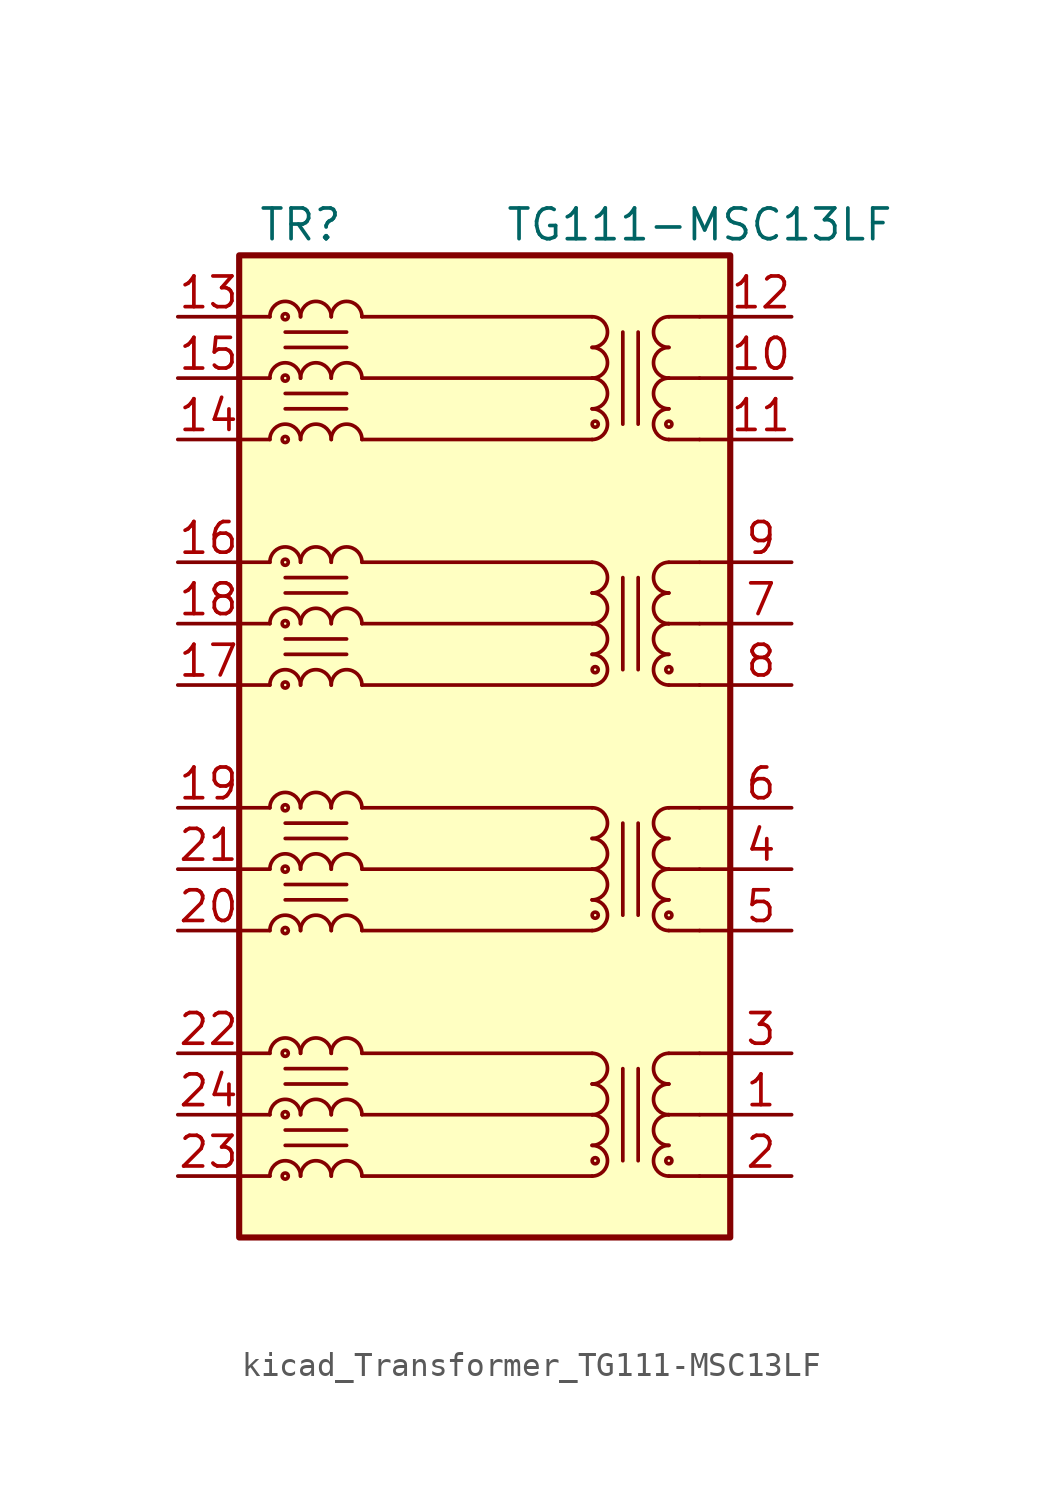
<source format=kicad_sym>
(kicad_symbol_lib
  (version 20220914)
  (generator kicad_symbol_editor)
  (symbol "kicad_Transformer_TG111-MSC13LF"
    (pin_names hide)
    (property "Reference" "TR"
      (at -7.62 21.59 0)
      (effects (font (size 1.27 1.27))))
    (property "Value" "TG111-MSC13LF"
      (at 8.89 21.59 0)
      (effects (font (size 1.27 1.27))))
    (symbol "kicad_Transformer_TG111-MSC13LF_0_1"
      (polyline (pts (xy 10.16 -17.78) (xy 8.89 -17.78)) (stroke (width 0) (type default)) (fill (type none)))
      (polyline (pts (xy 10.16 -15.24) (xy 8.89 -15.24)) (stroke (width 0) (type default)) (fill (type none)))
      (polyline (pts (xy 10.16 -12.7) (xy 8.89 -12.7)) (stroke (width 0) (type default)) (fill (type none)))
      (rectangle (start 10.16 20.32) (end -10.16 -20.32) (stroke (width 0.254) (type default)) (fill (type background)))
      (pin passive line (at 12.7 -15.24 180) (length 2.54) (name "TCT1" (effects (font (size 1.27 1.27)))) (number "1" (effects (font (size 1.27 1.27)))))
      (pin passive line (at 12.7 15.24 180) (length 2.54) (name "TCT4" (effects (font (size 1.27 1.27)))) (number "10" (effects (font (size 1.27 1.27)))))
      (pin passive line (at 12.7 12.7 180) (length 2.54) (name "TD4+" (effects (font (size 1.27 1.27)))) (number "11" (effects (font (size 1.27 1.27)))))
      (pin passive line (at 12.7 17.78 180) (length 2.54) (name "TD4-" (effects (font (size 1.27 1.27)))) (number "12" (effects (font (size 1.27 1.27)))))
      (pin passive line (at -12.7 17.78 0) (length 2.54) (name "MX4-" (effects (font (size 1.27 1.27)))) (number "13" (effects (font (size 1.27 1.27)))))
      (pin passive line (at -12.7 12.7 0) (length 2.54) (name "MX4+" (effects (font (size 1.27 1.27)))) (number "14" (effects (font (size 1.27 1.27)))))
      (pin passive line (at -12.7 15.24 0) (length 2.54) (name "MCT4" (effects (font (size 1.27 1.27)))) (number "15" (effects (font (size 1.27 1.27)))))
      (pin passive line (at -12.7 7.62 0) (length 2.54) (name "MTX3-" (effects (font (size 1.27 1.27)))) (number "16" (effects (font (size 1.27 1.27)))))
      (pin passive line (at -12.7 2.54 0) (length 2.54) (name "MTX3+" (effects (font (size 1.27 1.27)))) (number "17" (effects (font (size 1.27 1.27)))))
      (pin passive line (at -12.7 5.08 0) (length 2.54) (name "MCT3" (effects (font (size 1.27 1.27)))) (number "18" (effects (font (size 1.27 1.27)))))
      (pin passive line (at -12.7 -2.54 0) (length 2.54) (name "MTX2-" (effects (font (size 1.27 1.27)))) (number "19" (effects (font (size 1.27 1.27)))))
      (pin passive line (at 12.7 -17.78 180) (length 2.54) (name "TD1+" (effects (font (size 1.27 1.27)))) (number "2" (effects (font (size 1.27 1.27)))))
      (pin passive line (at -12.7 -7.62 0) (length 2.54) (name "MTX2+" (effects (font (size 1.27 1.27)))) (number "20" (effects (font (size 1.27 1.27)))))
      (pin passive line (at -12.7 -5.08 0) (length 2.54) (name "MCT2" (effects (font (size 1.27 1.27)))) (number "21" (effects (font (size 1.27 1.27)))))
      (pin passive line (at -12.7 -12.7 0) (length 2.54) (name "MTX1-" (effects (font (size 1.27 1.27)))) (number "22" (effects (font (size 1.27 1.27)))))
      (pin passive line (at -12.7 -17.78 0) (length 2.54) (name "MTX1+" (effects (font (size 1.27 1.27)))) (number "23" (effects (font (size 1.27 1.27)))))
      (pin passive line (at -12.7 -15.24 0) (length 2.54) (name "MTC1" (effects (font (size 1.27 1.27)))) (number "24" (effects (font (size 1.27 1.27)))))
      (pin passive line (at 12.7 -12.7 180) (length 2.54) (name "TD1-" (effects (font (size 1.27 1.27)))) (number "3" (effects (font (size 1.27 1.27)))))
      (pin passive line (at 12.7 -5.08 180) (length 2.54) (name "TCT2" (effects (font (size 1.27 1.27)))) (number "4" (effects (font (size 1.27 1.27)))))
      (pin passive line (at 12.7 -7.62 180) (length 2.54) (name "TD2+" (effects (font (size 1.27 1.27)))) (number "5" (effects (font (size 1.27 1.27)))))
      (pin passive line (at 12.7 -2.54 180) (length 2.54) (name "TD2-" (effects (font (size 1.27 1.27)))) (number "6" (effects (font (size 1.27 1.27)))))
      (pin passive line (at 12.7 5.08 180) (length 2.54) (name "TCT3" (effects (font (size 1.27 1.27)))) (number "7" (effects (font (size 1.27 1.27)))))
      (pin passive line (at 12.7 2.54 180) (length 2.54) (name "TD3+" (effects (font (size 1.27 1.27)))) (number "8" (effects (font (size 1.27 1.27)))))
      (pin passive line (at 12.7 7.62 180) (length 2.54) (name "TD3-" (effects (font (size 1.27 1.27)))) (number "9" (effects (font (size 1.27 1.27))))))
    (symbol "kicad_Transformer_TG111-MSC13LF_1_1"
      (circle (center -8.255 -17.78) (radius 0.127) (stroke (width 0) (type default)) (fill (type none)))
      (circle (center -8.255 -15.24) (radius 0.127) (stroke (width 0) (type default)) (fill (type none)))
      (circle (center -8.255 -12.7) (radius 0.127) (stroke (width 0) (type default)) (fill (type none)))
      (circle (center -8.255 -7.62) (radius 0.127) (stroke (width 0) (type default)) (fill (type none)))
      (circle (center -8.255 -5.08) (radius 0.127) (stroke (width 0) (type default)) (fill (type none)))
      (circle (center -8.255 -2.54) (radius 0.127) (stroke (width 0) (type default)) (fill (type none)))
      (circle (center -8.255 2.54) (radius 0.127) (stroke (width 0) (type default)) (fill (type none)))
      (circle (center -8.255 5.08) (radius 0.127) (stroke (width 0) (type default)) (fill (type none)))
      (circle (center -8.255 7.62) (radius 0.127) (stroke (width 0) (type default)) (fill (type none)))
      (circle (center -8.255 12.7) (radius 0.127) (stroke (width 0) (type default)) (fill (type none)))
      (circle (center -8.255 15.24) (radius 0.127) (stroke (width 0) (type default)) (fill (type none)))
      (circle (center -8.255 17.78) (radius 0.127) (stroke (width 0) (type default)) (fill (type none)))
      (arc (start -7.62 -17.78) (mid -8.255 -17.1477) (end -8.89 -17.78) (stroke (width 0) (type default)) (fill (type none)))
      (arc (start -7.62 -15.24) (mid -8.255 -14.6077) (end -8.89 -15.24) (stroke (width 0) (type default)) (fill (type none)))
      (arc (start -7.62 -12.7) (mid -8.255 -12.0677) (end -8.89 -12.7) (stroke (width 0) (type default)) (fill (type none)))
      (arc (start -7.62 -7.62) (mid -8.255 -6.9877) (end -8.89 -7.62) (stroke (width 0) (type default)) (fill (type none)))
      (arc (start -7.62 -5.08) (mid -8.255 -4.4477) (end -8.89 -5.08) (stroke (width 0) (type default)) (fill (type none)))
      (arc (start -7.62 -2.54) (mid -8.255 -1.9077) (end -8.89 -2.54) (stroke (width 0) (type default)) (fill (type none)))
      (arc (start -7.62 2.54) (mid -8.255 3.1723) (end -8.89 2.54) (stroke (width 0) (type default)) (fill (type none)))
      (arc (start -7.62 5.08) (mid -8.255 5.7123) (end -8.89 5.08) (stroke (width 0) (type default)) (fill (type none)))
      (arc (start -7.62 7.62) (mid -8.255 8.2523) (end -8.89 7.62) (stroke (width 0) (type default)) (fill (type none)))
      (arc (start -7.62 12.7) (mid -8.255 13.3323) (end -8.89 12.7) (stroke (width 0) (type default)) (fill (type none)))
      (arc (start -7.62 15.24) (mid -8.255 15.8723) (end -8.89 15.24) (stroke (width 0) (type default)) (fill (type none)))
      (arc (start -7.62 17.78) (mid -8.255 18.4123) (end -8.89 17.78) (stroke (width 0) (type default)) (fill (type none)))
      (arc (start -6.35 -17.78) (mid -6.985 -17.1477) (end -7.62 -17.78) (stroke (width 0) (type default)) (fill (type none)))
      (arc (start -6.35 -15.24) (mid -6.985 -14.6077) (end -7.62 -15.24) (stroke (width 0) (type default)) (fill (type none)))
      (arc (start -6.35 -12.7) (mid -6.985 -12.0677) (end -7.62 -12.7) (stroke (width 0) (type default)) (fill (type none)))
      (arc (start -6.35 -7.62) (mid -6.985 -6.9877) (end -7.62 -7.62) (stroke (width 0) (type default)) (fill (type none)))
      (arc (start -6.35 -5.08) (mid -6.985 -4.4477) (end -7.62 -5.08) (stroke (width 0) (type default)) (fill (type none)))
      (arc (start -6.35 -2.54) (mid -6.985 -1.9077) (end -7.62 -2.54) (stroke (width 0) (type default)) (fill (type none)))
      (arc (start -6.35 2.54) (mid -6.985 3.1723) (end -7.62 2.54) (stroke (width 0) (type default)) (fill (type none)))
      (arc (start -6.35 5.08) (mid -6.985 5.7123) (end -7.62 5.08) (stroke (width 0) (type default)) (fill (type none)))
      (arc (start -6.35 7.62) (mid -6.985 8.2523) (end -7.62 7.62) (stroke (width 0) (type default)) (fill (type none)))
      (arc (start -6.35 12.7) (mid -6.985 13.3323) (end -7.62 12.7) (stroke (width 0) (type default)) (fill (type none)))
      (arc (start -6.35 15.24) (mid -6.985 15.8723) (end -7.62 15.24) (stroke (width 0) (type default)) (fill (type none)))
      (arc (start -6.35 17.78) (mid -6.985 18.4123) (end -7.62 17.78) (stroke (width 0) (type default)) (fill (type none)))
      (arc (start -5.08 -17.78) (mid -5.715 -17.1477) (end -6.35 -17.78) (stroke (width 0) (type default)) (fill (type none)))
      (arc (start -5.08 -15.24) (mid -5.715 -14.6077) (end -6.35 -15.24) (stroke (width 0) (type default)) (fill (type none)))
      (arc (start -5.08 -12.7) (mid -5.715 -12.0677) (end -6.35 -12.7) (stroke (width 0) (type default)) (fill (type none)))
      (arc (start -5.08 -7.62) (mid -5.715 -6.9877) (end -6.35 -7.62) (stroke (width 0) (type default)) (fill (type none)))
      (arc (start -5.08 -5.08) (mid -5.715 -4.4477) (end -6.35 -5.08) (stroke (width 0) (type default)) (fill (type none)))
      (arc (start -5.08 -2.54) (mid -5.715 -1.9077) (end -6.35 -2.54) (stroke (width 0) (type default)) (fill (type none)))
      (arc (start -5.08 2.54) (mid -5.715 3.1723) (end -6.35 2.54) (stroke (width 0) (type default)) (fill (type none)))
      (arc (start -5.08 5.08) (mid -5.715 5.7123) (end -6.35 5.08) (stroke (width 0) (type default)) (fill (type none)))
      (arc (start -5.08 7.62) (mid -5.715 8.2523) (end -6.35 7.62) (stroke (width 0) (type default)) (fill (type none)))
      (arc (start -5.08 12.7) (mid -5.715 13.3323) (end -6.35 12.7) (stroke (width 0) (type default)) (fill (type none)))
      (arc (start -5.08 15.24) (mid -5.715 15.8723) (end -6.35 15.24) (stroke (width 0) (type default)) (fill (type none)))
      (arc (start -5.08 17.78) (mid -5.715 18.4123) (end -6.35 17.78) (stroke (width 0) (type default)) (fill (type none)))
      (polyline (pts (xy -10.16 -17.78) (xy -8.89 -17.78)) (stroke (width 0) (type default)) (fill (type none)))
      (polyline (pts (xy -10.16 -15.24) (xy -8.89 -15.24)) (stroke (width 0) (type default)) (fill (type none)))
      (polyline (pts (xy -10.16 -12.7) (xy -8.89 -12.7)) (stroke (width 0) (type default)) (fill (type none)))
      (polyline (pts (xy -10.16 -7.62) (xy -8.89 -7.62)) (stroke (width 0) (type default)) (fill (type none)))
      (polyline (pts (xy -10.16 -5.08) (xy -8.89 -5.08)) (stroke (width 0) (type default)) (fill (type none)))
      (polyline (pts (xy -10.16 -2.54) (xy -8.89 -2.54)) (stroke (width 0) (type default)) (fill (type none)))
      (polyline (pts (xy -10.16 2.54) (xy -8.89 2.54)) (stroke (width 0) (type default)) (fill (type none)))
      (polyline (pts (xy -10.16 5.08) (xy -8.89 5.08)) (stroke (width 0) (type default)) (fill (type none)))
      (polyline (pts (xy -10.16 7.62) (xy -8.89 7.62)) (stroke (width 0) (type default)) (fill (type none)))
      (polyline (pts (xy -10.16 12.7) (xy -8.89 12.7)) (stroke (width 0) (type default)) (fill (type none)))
      (polyline (pts (xy -10.16 15.24) (xy -8.89 15.24)) (stroke (width 0) (type default)) (fill (type none)))
      (polyline (pts (xy -10.16 17.78) (xy -8.89 17.78)) (stroke (width 0) (type default)) (fill (type none)))
      (polyline (pts (xy -8.255 -16.51) (xy -5.715 -16.51)) (stroke (width 0) (type default)) (fill (type none)))
      (polyline (pts (xy -8.255 -15.875) (xy -5.715 -15.875)) (stroke (width 0) (type default)) (fill (type none)))
      (polyline (pts (xy -8.255 -13.97) (xy -5.715 -13.97)) (stroke (width 0) (type default)) (fill (type none)))
      (polyline (pts (xy -8.255 -13.335) (xy -5.715 -13.335)) (stroke (width 0) (type default)) (fill (type none)))
      (polyline (pts (xy -8.255 -6.35) (xy -5.715 -6.35)) (stroke (width 0) (type default)) (fill (type none)))
      (polyline (pts (xy -8.255 -5.715) (xy -5.715 -5.715)) (stroke (width 0) (type default)) (fill (type none)))
      (polyline (pts (xy -8.255 -3.81) (xy -5.715 -3.81)) (stroke (width 0) (type default)) (fill (type none)))
      (polyline (pts (xy -8.255 -3.175) (xy -5.715 -3.175)) (stroke (width 0) (type default)) (fill (type none)))
      (polyline (pts (xy -8.255 3.81) (xy -5.715 3.81)) (stroke (width 0) (type default)) (fill (type none)))
      (polyline (pts (xy -8.255 4.445) (xy -5.715 4.445)) (stroke (width 0) (type default)) (fill (type none)))
      (polyline (pts (xy -8.255 6.35) (xy -5.715 6.35)) (stroke (width 0) (type default)) (fill (type none)))
      (polyline (pts (xy -8.255 6.985) (xy -5.715 6.985)) (stroke (width 0) (type default)) (fill (type none)))
      (polyline (pts (xy -8.255 13.97) (xy -5.715 13.97)) (stroke (width 0) (type default)) (fill (type none)))
      (polyline (pts (xy -8.255 14.605) (xy -5.715 14.605)) (stroke (width 0) (type default)) (fill (type none)))
      (polyline (pts (xy -8.255 16.51) (xy -5.715 16.51)) (stroke (width 0) (type default)) (fill (type none)))
      (polyline (pts (xy -8.255 17.145) (xy -5.715 17.145)) (stroke (width 0) (type default)) (fill (type none)))
      (polyline (pts (xy -5.08 -17.78) (xy 4.445 -17.78)) (stroke (width 0) (type default)) (fill (type none)))
      (polyline (pts (xy -5.08 -15.24) (xy 4.445 -15.24)) (stroke (width 0) (type default)) (fill (type none)))
      (polyline (pts (xy -5.08 -12.7) (xy 4.445 -12.7)) (stroke (width 0) (type default)) (fill (type none)))
      (polyline (pts (xy -5.08 -7.62) (xy 4.445 -7.62)) (stroke (width 0) (type default)) (fill (type none)))
      (polyline (pts (xy -5.08 -5.08) (xy 4.445 -5.08)) (stroke (width 0) (type default)) (fill (type none)))
      (polyline (pts (xy -5.08 -2.54) (xy 4.445 -2.54)) (stroke (width 0) (type default)) (fill (type none)))
      (polyline (pts (xy -5.08 2.54) (xy 4.445 2.54)) (stroke (width 0) (type default)) (fill (type none)))
      (polyline (pts (xy -5.08 5.08) (xy 4.445 5.08)) (stroke (width 0) (type default)) (fill (type none)))
      (polyline (pts (xy -5.08 7.62) (xy 4.445 7.62)) (stroke (width 0) (type default)) (fill (type none)))
      (polyline (pts (xy -5.08 12.7) (xy 4.445 12.7)) (stroke (width 0) (type default)) (fill (type none)))
      (polyline (pts (xy -5.08 15.24) (xy 4.445 15.24)) (stroke (width 0) (type default)) (fill (type none)))
      (polyline (pts (xy -5.08 17.78) (xy 4.445 17.78)) (stroke (width 0) (type default)) (fill (type none)))
      (polyline (pts (xy 5.715 -13.335) (xy 5.715 -17.145)) (stroke (width 0) (type default)) (fill (type none)))
      (polyline (pts (xy 5.715 -3.175) (xy 5.715 -6.985)) (stroke (width 0) (type default)) (fill (type none)))
      (polyline (pts (xy 5.715 6.985) (xy 5.715 3.175)) (stroke (width 0) (type default)) (fill (type none)))
      (polyline (pts (xy 5.715 17.145) (xy 5.715 13.335)) (stroke (width 0) (type default)) (fill (type none)))
      (polyline (pts (xy 6.35 -13.335) (xy 6.35 -17.145)) (stroke (width 0) (type default)) (fill (type none)))
      (polyline (pts (xy 6.35 -3.175) (xy 6.35 -6.985)) (stroke (width 0) (type default)) (fill (type none)))
      (polyline (pts (xy 6.35 6.985) (xy 6.35 3.175)) (stroke (width 0) (type default)) (fill (type none)))
      (polyline (pts (xy 6.35 17.145) (xy 6.35 13.335)) (stroke (width 0) (type default)) (fill (type none)))
      (polyline (pts (xy 8.89 -17.78) (xy 7.62 -17.78)) (stroke (width 0) (type default)) (fill (type none)))
      (polyline (pts (xy 8.89 -15.24) (xy 7.62 -15.24)) (stroke (width 0) (type default)) (fill (type none)))
      (polyline (pts (xy 8.89 -12.7) (xy 7.62 -12.7)) (stroke (width 0) (type default)) (fill (type none)))
      (polyline (pts (xy 8.89 -7.62) (xy 7.62 -7.62)) (stroke (width 0) (type default)) (fill (type none)))
      (polyline (pts (xy 8.89 -5.08) (xy 7.62 -5.08)) (stroke (width 0) (type default)) (fill (type none)))
      (polyline (pts (xy 8.89 -2.54) (xy 7.62 -2.54)) (stroke (width 0) (type default)) (fill (type none)))
      (polyline (pts (xy 8.89 2.54) (xy 7.62 2.54)) (stroke (width 0) (type default)) (fill (type none)))
      (polyline (pts (xy 8.89 5.08) (xy 7.62 5.08)) (stroke (width 0) (type default)) (fill (type none)))
      (polyline (pts (xy 8.89 7.62) (xy 7.62 7.62)) (stroke (width 0) (type default)) (fill (type none)))
      (polyline (pts (xy 8.89 12.7) (xy 7.62 12.7)) (stroke (width 0) (type default)) (fill (type none)))
      (polyline (pts (xy 8.89 15.24) (xy 7.62 15.24)) (stroke (width 0) (type default)) (fill (type none)))
      (polyline (pts (xy 8.89 17.78) (xy 7.62 17.78)) (stroke (width 0) (type default)) (fill (type none)))
      (polyline (pts (xy 10.16 -7.62) (xy 8.89 -7.62)) (stroke (width 0) (type default)) (fill (type none)))
      (polyline (pts (xy 10.16 -5.08) (xy 8.89 -5.08)) (stroke (width 0) (type default)) (fill (type none)))
      (polyline (pts (xy 10.16 -2.54) (xy 8.89 -2.54)) (stroke (width 0) (type default)) (fill (type none)))
      (polyline (pts (xy 10.16 2.54) (xy 8.89 2.54)) (stroke (width 0) (type default)) (fill (type none)))
      (polyline (pts (xy 10.16 5.08) (xy 8.89 5.08)) (stroke (width 0) (type default)) (fill (type none)))
      (polyline (pts (xy 10.16 7.62) (xy 8.89 7.62)) (stroke (width 0) (type default)) (fill (type none)))
      (polyline (pts (xy 10.16 12.7) (xy 8.89 12.7)) (stroke (width 0) (type default)) (fill (type none)))
      (polyline (pts (xy 10.16 15.24) (xy 8.89 15.24)) (stroke (width 0) (type default)) (fill (type none)))
      (polyline (pts (xy 10.16 17.78) (xy 8.89 17.78)) (stroke (width 0) (type default)) (fill (type none)))
      (arc (start 4.445 -17.78) (mid 5.0773 -17.145) (end 4.445 -16.51) (stroke (width 0) (type default)) (fill (type none)))
      (arc (start 4.445 -16.51) (mid 5.0773 -15.875) (end 4.445 -15.24) (stroke (width 0) (type default)) (fill (type none)))
      (arc (start 4.445 -15.24) (mid 5.0773 -14.605) (end 4.445 -13.97) (stroke (width 0) (type default)) (fill (type none)))
      (arc (start 4.445 -13.97) (mid 5.0773 -13.335) (end 4.445 -12.7) (stroke (width 0) (type default)) (fill (type none)))
      (arc (start 4.445 -7.62) (mid 5.0773 -6.985) (end 4.445 -6.35) (stroke (width 0) (type default)) (fill (type none)))
      (arc (start 4.445 -6.35) (mid 5.0773 -5.715) (end 4.445 -5.08) (stroke (width 0) (type default)) (fill (type none)))
      (arc (start 4.445 -5.08) (mid 5.0773 -4.445) (end 4.445 -3.81) (stroke (width 0) (type default)) (fill (type none)))
      (arc (start 4.445 -3.81) (mid 5.0773 -3.175) (end 4.445 -2.54) (stroke (width 0) (type default)) (fill (type none)))
      (arc (start 4.445 2.54) (mid 5.0773 3.175) (end 4.445 3.81) (stroke (width 0) (type default)) (fill (type none)))
      (arc (start 4.445 3.81) (mid 5.0773 4.445) (end 4.445 5.08) (stroke (width 0) (type default)) (fill (type none)))
      (arc (start 4.445 5.08) (mid 5.0773 5.715) (end 4.445 6.35) (stroke (width 0) (type default)) (fill (type none)))
      (arc (start 4.445 6.35) (mid 5.0773 6.985) (end 4.445 7.62) (stroke (width 0) (type default)) (fill (type none)))
      (arc (start 4.445 12.7) (mid 5.0773 13.335) (end 4.445 13.97) (stroke (width 0) (type default)) (fill (type none)))
      (arc (start 4.445 13.97) (mid 5.0773 14.605) (end 4.445 15.24) (stroke (width 0) (type default)) (fill (type none)))
      (arc (start 4.445 15.24) (mid 5.0773 15.875) (end 4.445 16.51) (stroke (width 0) (type default)) (fill (type none)))
      (arc (start 4.445 16.51) (mid 5.0773 17.145) (end 4.445 17.78) (stroke (width 0) (type default)) (fill (type none)))
      (circle (center 4.572 -17.145) (radius 0.127) (stroke (width 0) (type default)) (fill (type none)))
      (circle (center 4.572 -6.985) (radius 0.127) (stroke (width 0) (type default)) (fill (type none)))
      (circle (center 4.572 3.175) (radius 0.127) (stroke (width 0) (type default)) (fill (type none)))
      (circle (center 4.572 13.335) (radius 0.127) (stroke (width 0) (type default)) (fill (type none)))
      (circle (center 7.62 -17.145) (radius 0.127) (stroke (width 0) (type default)) (fill (type none)))
      (arc (start 7.62 -16.51) (mid 6.9877 -17.145) (end 7.62 -17.78) (stroke (width 0) (type default)) (fill (type none)))
      (arc (start 7.62 -15.24) (mid 6.9877 -15.875) (end 7.62 -16.51) (stroke (width 0) (type default)) (fill (type none)))
      (arc (start 7.62 -13.97) (mid 6.9877 -14.605) (end 7.62 -15.24) (stroke (width 0) (type default)) (fill (type none)))
      (arc (start 7.62 -12.7) (mid 6.9877 -13.335) (end 7.62 -13.97) (stroke (width 0) (type default)) (fill (type none)))
      (circle (center 7.62 -6.985) (radius 0.127) (stroke (width 0) (type default)) (fill (type none)))
      (arc (start 7.62 -6.35) (mid 6.9877 -6.985) (end 7.62 -7.62) (stroke (width 0) (type default)) (fill (type none)))
      (arc (start 7.62 -5.08) (mid 6.9877 -5.715) (end 7.62 -6.35) (stroke (width 0) (type default)) (fill (type none)))
      (arc (start 7.62 -3.81) (mid 6.9877 -4.445) (end 7.62 -5.08) (stroke (width 0) (type default)) (fill (type none)))
      (arc (start 7.62 -2.54) (mid 6.9877 -3.175) (end 7.62 -3.81) (stroke (width 0) (type default)) (fill (type none)))
      (circle (center 7.62 3.175) (radius 0.127) (stroke (width 0) (type default)) (fill (type none)))
      (arc (start 7.62 3.81) (mid 6.9877 3.175) (end 7.62 2.54) (stroke (width 0) (type default)) (fill (type none)))
      (arc (start 7.62 5.08) (mid 6.9877 4.445) (end 7.62 3.81) (stroke (width 0) (type default)) (fill (type none)))
      (arc (start 7.62 6.35) (mid 6.9877 5.715) (end 7.62 5.08) (stroke (width 0) (type default)) (fill (type none)))
      (arc (start 7.62 7.62) (mid 6.9877 6.985) (end 7.62 6.35) (stroke (width 0) (type default)) (fill (type none)))
      (circle (center 7.62 13.335) (radius 0.127) (stroke (width 0) (type default)) (fill (type none)))
      (arc (start 7.62 13.97) (mid 6.9877 13.335) (end 7.62 12.7) (stroke (width 0) (type default)) (fill (type none)))
      (arc (start 7.62 15.24) (mid 6.9877 14.605) (end 7.62 13.97) (stroke (width 0) (type default)) (fill (type none)))
      (arc (start 7.62 16.51) (mid 6.9877 15.875) (end 7.62 15.24) (stroke (width 0) (type default)) (fill (type none)))
      (arc (start 7.62 17.78) (mid 6.9877 17.145) (end 7.62 16.51) (stroke (width 0) (type default)) (fill (type none))))))
</source>
